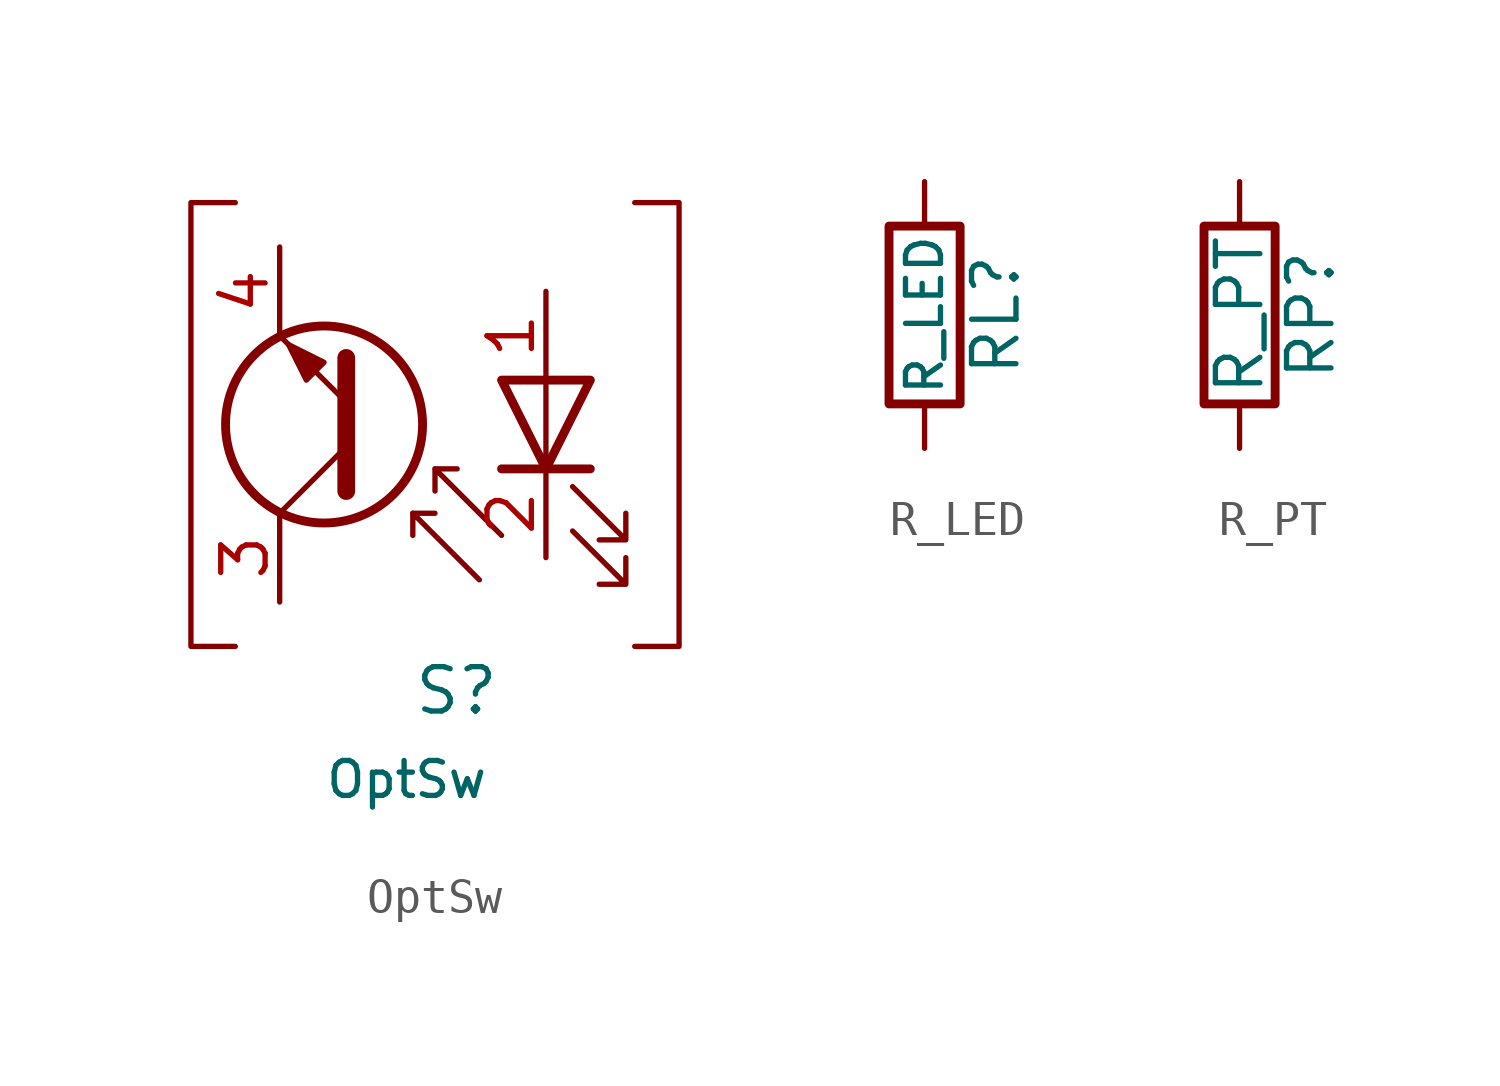
<source format=kicad_sym>
(kicad_symbol_lib
  (version 20211014)
  (generator kicad_symbol_editor)
  (symbol "OptSw"
    (pin_names
      (offset 0) hide)
    (property "Reference" "S"
      (at 3.81 -7.62 0)
      (effects (font (size 1.27 1.27)) (justify left)))
    (property "Value" "OptSw"
      (at 1.27 -10.16 0)
      (effects (font (size 1 1)) (justify left)))
    (symbol "OptSw_0_1"
      (polyline (pts (xy 1.905 -0.635) (xy 0 -2.54)) (stroke (width 0) (type default) (color 0 0 0 0)) (fill (type none)))
      (polyline (pts (xy 3.81 -2.54) (xy 4.445 -2.54)) (stroke (width 0) (type default) (color 0 0 0 0)) (fill (type none)))
      (polyline (pts (xy 4.445 -1.27) (xy 5.08 -1.27)) (stroke (width 0) (type default) (color 0 0 0 0)) (fill (type none)))
      (polyline (pts (xy 7.62 -1.27) (xy 7.62 1.27)) (stroke (width 0) (type default) (color 0 0 0 0)) (fill (type none)))
      (polyline (pts (xy 8.89 -1.27) (xy 6.35 -1.27)) (stroke (width 0.254) (type default) (color 0 0 0 0)) (fill (type none)))
      (polyline (pts (xy 1.905 -1.905) (xy 1.905 1.905) (xy 1.905 1.905)) (stroke (width 0.508) (type default) (color 0 0 0 0)) (fill (type none)))
      (polyline (pts (xy 1.905 0.635) (xy 0 2.54) (xy 0 2.54)) (stroke (width 0) (type default) (color 0 0 0 0)) (fill (type none)))
      (polyline (pts (xy 5.715 -4.445) (xy 3.81 -2.54) (xy 3.81 -3.175)) (stroke (width 0) (type default) (color 0 0 0 0)) (fill (type none)))
      (polyline (pts (xy 6.35 -3.175) (xy 4.445 -1.27) (xy 4.445 -1.905)) (stroke (width 0) (type default) (color 0 0 0 0)) (fill (type none)))
      (polyline (pts (xy -1.27 6.35) (xy -2.54 6.35) (xy -2.54 -6.35) (xy -1.27 -6.35)) (stroke (width 0.152) (type default) (color 0 0 0 0)) (fill (type none)))
      (polyline (pts (xy 8.89 1.27) (xy 6.35 1.27) (xy 7.62 -1.27) (xy 8.89 1.27)) (stroke (width 0.254) (type default) (color 0 0 0 0)) (fill (type none)))
      (polyline (pts (xy 10.16 6.35) (xy 11.43 6.35) (xy 11.43 -6.35) (xy 10.16 -6.35)) (stroke (width 0.152) (type default) (color 0 0 0 0)) (fill (type none)))
      (polyline (pts (xy 1.27 1.778) (xy 0.762 1.27) (xy 0.254 2.286) (xy 1.27 1.778) (xy 1.27 1.778)) (stroke (width 0) (type default) (color 0 0 0 0)) (fill (type outline)))
      (polyline (pts (xy 8.382 -3.048) (xy 9.906 -4.572) (xy 9.906 -3.81) (xy 9.906 -4.572) (xy 9.144 -4.572)) (stroke (width 0) (type default) (color 0 0 0 0)) (fill (type none)))
      (polyline (pts (xy 8.382 -1.778) (xy 9.906 -3.302) (xy 9.906 -2.54) (xy 9.906 -3.302) (xy 9.144 -3.302)) (stroke (width 0) (type default) (color 0 0 0 0)) (fill (type none)))
      (circle (center 1.27 0) (radius 2.819) (stroke (width 0.254) (type default) (color 0 0 0 0)) (fill (type none))))
    (symbol "OptSw_1_1"
      (pin passive line (at 7.62 3.81 270) (length 2.54) (name "IR_A" (effects (font (size 1 1)))) (number "1" (effects (font (size 1.27 1.27)))))
      (pin passive line (at 7.62 -3.81 90) (length 2.54) (name "IR_K" (effects (font (size 1 1)))) (number "2" (effects (font (size 1.27 1.27)))))
      (pin passive line (at 0 -5.08 90) (length 2.54) (name "C" (effects (font (size 1.27 1.27)))) (number "3" (effects (font (size 1.27 1.27)))))
      (pin passive line (at 0 5.08 270) (length 2.54) (name "E" (effects (font (size 1 1)))) (number "4" (effects (font (size 1.27 1.27)))))))
  (symbol "R_LED"
    (pin_numbers hide)
    (pin_names
      (offset 0))
    (property "Reference" "RL"
      (at 2.032 0 90)
      (effects (font (size 1.27 1.27))))
    (property "Value" "R_LED"
      (at 0 0 90)
      (effects (font (size 1 1))))
    (symbol "R_LED_0_1"
      (rectangle (start -1.016 -2.54) (end 1.016 2.54) (stroke (width 0.254) (type default) (color 0 0 0 0)) (fill (type none))))
    (symbol "R_LED_1_1"
      (pin passive line (at 0 3.81 270) (length 1.27) (name "~" (effects (font (size 1.27 1.27)))) (number "1" (effects (font (size 1.27 1.27)))))
      (pin passive line (at 0 -3.81 90) (length 1.27) (name "~" (effects (font (size 1.27 1.27)))) (number "2" (effects (font (size 1.27 1.27)))))))
  (symbol "R_PT"
    (pin_numbers hide)
    (pin_names
      (offset 0))
    (property "Reference" "RP"
      (at 2.032 0 90)
      (effects (font (size 1.27 1.27))))
    (property "Value" "R_PT"
      (at 0 0 90)
      (effects (font (size 1.27 1.27))))
    (symbol "R_PT_0_1"
      (rectangle (start -1.016 -2.54) (end 1.016 2.54) (stroke (width 0.254) (type default) (color 0 0 0 0)) (fill (type none))))
    (symbol "R_PT_1_1"
      (pin passive line (at 0 3.81 270) (length 1.27) (name "~" (effects (font (size 1.27 1.27)))) (number "1" (effects (font (size 1.27 1.27)))))
      (pin passive line (at 0 -3.81 90) (length 1.27) (name "~" (effects (font (size 1.27 1.27)))) (number "2" (effects (font (size 1.27 1.27))))))))
</source>
